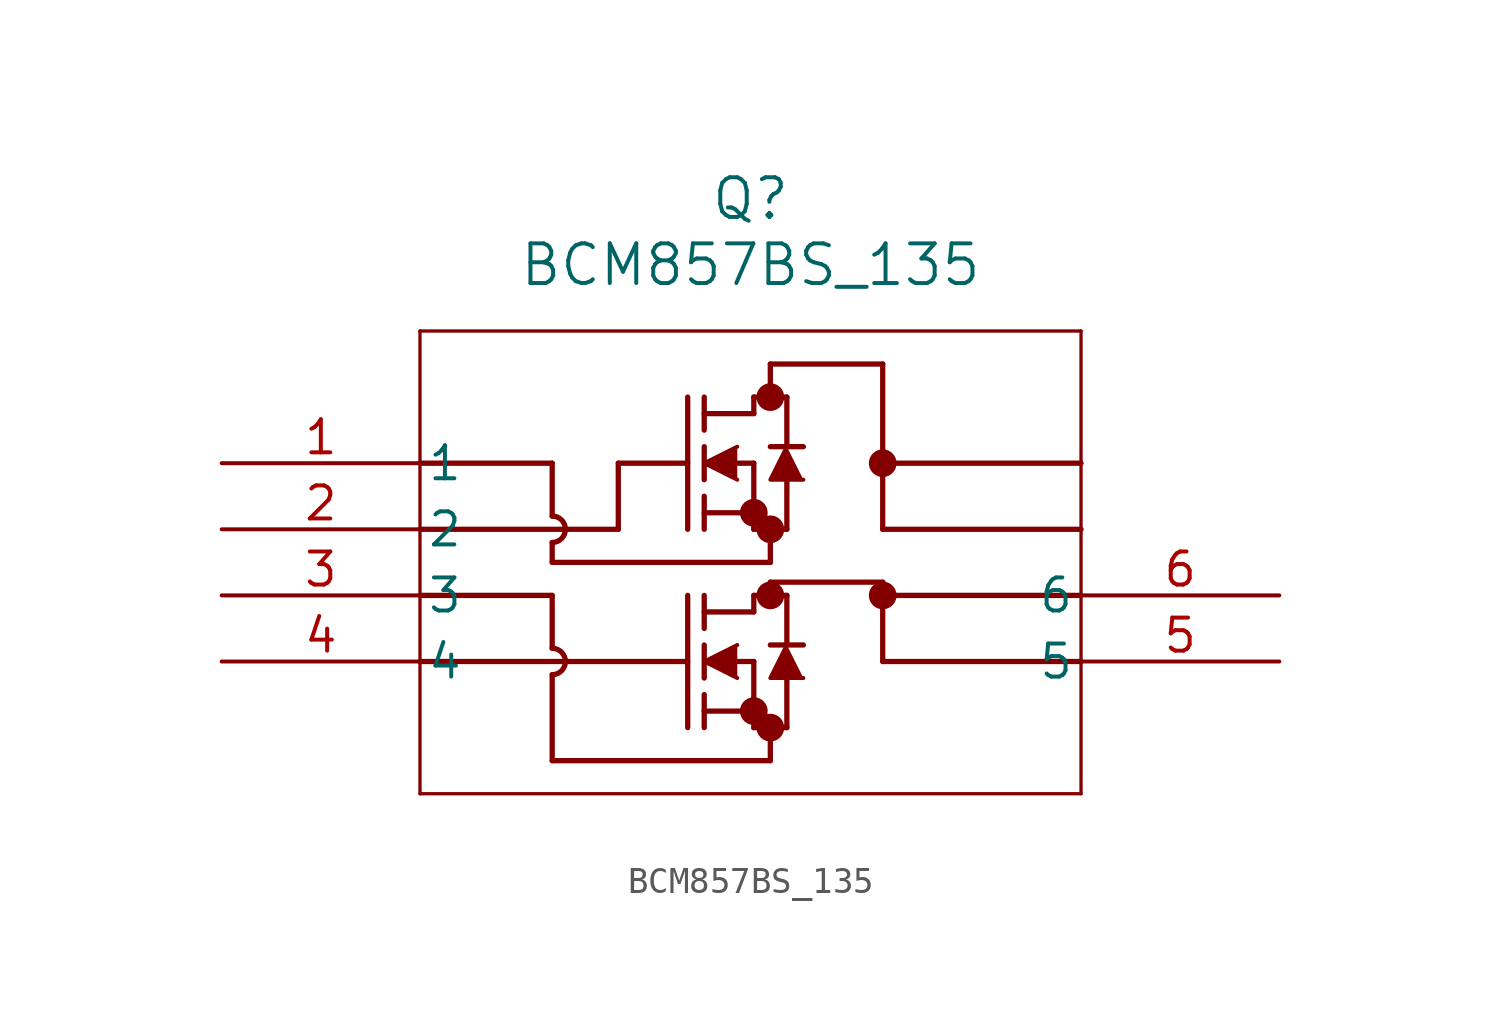
<source format=kicad_sym>
(kicad_symbol_lib
  (version 20211014)
  (generator kicad_symbol_editor)
  (symbol "BCM857BS_135"
    (pin_names
      (offset 0.254))
    (property "Reference" "Q"
      (at 20.32 10.16 0)
      (effects (font (size 1.524 1.524))))
    (property "Value" "BCM857BS_135"
      (at 20.32 7.62 0)
      (effects (font (size 1.524 1.524))))
    (symbol "BCM857BS_135_0_1"
      (polyline (pts (xy 7.62 5.08) (xy 7.62 -12.7)) (stroke (width 0.127) (type default) (color 0 0 0 0)) (fill (type none)))
      (polyline (pts (xy 7.62 -12.7) (xy 33.02 -12.7)) (stroke (width 0.127) (type default) (color 0 0 0 0)) (fill (type none)))
      (polyline (pts (xy 33.02 -12.7) (xy 33.02 5.08)) (stroke (width 0.127) (type default) (color 0 0 0 0)) (fill (type none)))
      (polyline (pts (xy 33.02 5.08) (xy 7.62 5.08)) (stroke (width 0.127) (type default) (color 0 0 0 0)) (fill (type none)))
      (circle (center 21.082 2.54) (radius 0.025) (stroke (width 0.508) (type default) (color 0 0 0 0)) (fill (type none)))
      (circle (center 21.082 -2.54) (radius 0.025) (stroke (width 0.508) (type default) (color 0 0 0 0)) (fill (type none)))
      (circle (center 20.447 -1.905) (radius 0.025) (stroke (width 0.508) (type default) (color 0 0 0 0)) (fill (type none)))
      (circle (center 21.082 -5.08) (radius 0.025) (stroke (width 0.508) (type default) (color 0 0 0 0)) (fill (type none)))
      (polyline (pts (xy 15.24 0) (xy 17.907 0)) (stroke (width 0.203) (type default) (color 0 0 0 0)) (fill (type none)))
      (polyline (pts (xy 17.907 -2.54) (xy 17.907 2.54)) (stroke (width 0.203) (type default) (color 0 0 0 0)) (fill (type none)))
      (polyline (pts (xy 18.542 -0.635) (xy 18.542 0.635)) (stroke (width 0.203) (type default) (color 0 0 0 0)) (fill (type none)))
      (polyline (pts (xy 18.542 -2.54) (xy 18.542 -1.27)) (stroke (width 0.203) (type default) (color 0 0 0 0)) (fill (type none)))
      (polyline (pts (xy 18.542 1.27) (xy 18.542 2.54)) (stroke (width 0.203) (type default) (color 0 0 0 0)) (fill (type none)))
      (polyline (pts (xy 19.812 0) (xy 20.447 0)) (stroke (width 0.203) (type default) (color 0 0 0 0)) (fill (type none)))
      (polyline (pts (xy 18.542 -1.905) (xy 20.447 -1.905)) (stroke (width 0.203) (type default) (color 0 0 0 0)) (fill (type none)))
      (polyline (pts (xy 20.447 -2.54) (xy 20.447 0)) (stroke (width 0.203) (type default) (color 0 0 0 0)) (fill (type none)))
      (polyline (pts (xy 20.447 -2.54) (xy 21.717 -2.54)) (stroke (width 0.203) (type default) (color 0 0 0 0)) (fill (type none)))
      (polyline (pts (xy 18.542 1.905) (xy 20.447 1.905)) (stroke (width 0.203) (type default) (color 0 0 0 0)) (fill (type none)))
      (polyline (pts (xy 21.717 0.635) (xy 21.717 2.54)) (stroke (width 0.203) (type default) (color 0 0 0 0)) (fill (type none)))
      (polyline (pts (xy 21.717 -2.54) (xy 21.717 -0.635)) (stroke (width 0.203) (type default) (color 0 0 0 0)) (fill (type none)))
      (polyline (pts (xy 22.352 0.635) (xy 21.082 0.635)) (stroke (width 0.203) (type default) (color 0 0 0 0)) (fill (type none)))
      (polyline (pts (xy 20.447 2.54) (xy 21.717 2.54)) (stroke (width 0.203) (type default) (color 0 0 0 0)) (fill (type none)))
      (polyline (pts (xy 20.447 1.905) (xy 20.447 2.54)) (stroke (width 0.203) (type default) (color 0 0 0 0)) (fill (type none)))
      (polyline (pts (xy 19.812 0.635) (xy 18.542 0) (xy 19.812 -0.635)) (stroke (width 0) (type default) (color 0 0 0 0)) (fill (type outline)))
      (polyline (pts (xy 22.352 -0.635) (xy 21.082 -0.635) (xy 21.717 0.635)) (stroke (width 0) (type default) (color 0 0 0 0)) (fill (type outline)))
      (circle (center 21.082 -10.16) (radius 0.025) (stroke (width 0.508) (type default) (color 0 0 0 0)) (fill (type none)))
      (circle (center 20.447 -9.525) (radius 0.025) (stroke (width 0.508) (type default) (color 0 0 0 0)) (fill (type none)))
      (polyline (pts (xy 7.62 -7.62) (xy 17.907 -7.62)) (stroke (width 0.203) (type default) (color 0 0 0 0)) (fill (type none)))
      (polyline (pts (xy 17.907 -10.16) (xy 17.907 -5.08)) (stroke (width 0.203) (type default) (color 0 0 0 0)) (fill (type none)))
      (polyline (pts (xy 18.542 -8.255) (xy 18.542 -6.985)) (stroke (width 0.203) (type default) (color 0 0 0 0)) (fill (type none)))
      (polyline (pts (xy 18.542 -10.16) (xy 18.542 -8.89)) (stroke (width 0.203) (type default) (color 0 0 0 0)) (fill (type none)))
      (polyline (pts (xy 18.542 -6.35) (xy 18.542 -5.08)) (stroke (width 0.203) (type default) (color 0 0 0 0)) (fill (type none)))
      (polyline (pts (xy 19.812 -7.62) (xy 20.447 -7.62)) (stroke (width 0.203) (type default) (color 0 0 0 0)) (fill (type none)))
      (polyline (pts (xy 18.542 -9.525) (xy 20.447 -9.525)) (stroke (width 0.203) (type default) (color 0 0 0 0)) (fill (type none)))
      (polyline (pts (xy 20.447 -10.16) (xy 20.447 -7.62)) (stroke (width 0.203) (type default) (color 0 0 0 0)) (fill (type none)))
      (polyline (pts (xy 20.447 -10.16) (xy 21.717 -10.16)) (stroke (width 0.203) (type default) (color 0 0 0 0)) (fill (type none)))
      (polyline (pts (xy 18.542 -5.715) (xy 20.447 -5.715)) (stroke (width 0.203) (type default) (color 0 0 0 0)) (fill (type none)))
      (polyline (pts (xy 21.717 -6.985) (xy 21.717 -5.08)) (stroke (width 0.203) (type default) (color 0 0 0 0)) (fill (type none)))
      (polyline (pts (xy 21.717 -10.16) (xy 21.717 -8.255)) (stroke (width 0.203) (type default) (color 0 0 0 0)) (fill (type none)))
      (polyline (pts (xy 22.352 -6.985) (xy 21.082 -6.985)) (stroke (width 0.203) (type default) (color 0 0 0 0)) (fill (type none)))
      (polyline (pts (xy 20.447 -5.08) (xy 21.717 -5.08)) (stroke (width 0.203) (type default) (color 0 0 0 0)) (fill (type none)))
      (polyline (pts (xy 20.447 -5.715) (xy 20.447 -5.08)) (stroke (width 0.203) (type default) (color 0 0 0 0)) (fill (type none)))
      (polyline (pts (xy 19.812 -6.985) (xy 18.542 -7.62) (xy 19.812 -8.255)) (stroke (width 0) (type default) (color 0 0 0 0)) (fill (type outline)))
      (polyline (pts (xy 22.352 -8.255) (xy 21.082 -8.255) (xy 21.717 -6.985)) (stroke (width 0) (type default) (color 0 0 0 0)) (fill (type outline)))
      (polyline (pts (xy 7.62 -2.54) (xy 15.24 -2.54)) (stroke (width 0.203) (type default) (color 0 0 0 0)) (fill (type none)))
      (polyline (pts (xy 15.24 -2.54) (xy 15.24 0)) (stroke (width 0.203) (type default) (color 0 0 0 0)) (fill (type none)))
      (polyline (pts (xy 12.7 -3.048) (xy 12.7 -3.81)) (stroke (width 0.203) (type default) (color 0 0 0 0)) (fill (type none)))
      (polyline (pts (xy 7.62 0) (xy 12.7 0)) (stroke (width 0.203) (type default) (color 0 0 0 0)) (fill (type none)))
      (polyline (pts (xy 7.62 -5.08) (xy 12.7 -5.08)) (stroke (width 0.203) (type default) (color 0 0 0 0)) (fill (type none)))
      (polyline (pts (xy 21.082 -11.43) (xy 12.7 -11.43)) (stroke (width 0.203) (type default) (color 0 0 0 0)) (fill (type none)))
      (polyline (pts (xy 12.7 -11.43) (xy 12.7 -8.128)) (stroke (width 0.203) (type default) (color 0 0 0 0)) (fill (type none)))
      (polyline (pts (xy 12.7 -5.08) (xy 12.7 -7.112)) (stroke (width 0.203) (type default) (color 0 0 0 0)) (fill (type none)))
      (polyline (pts (xy 12.7 0) (xy 12.7 -2.032)) (stroke (width 0.203) (type default) (color 0 0 0 0)) (fill (type none)))
      (polyline (pts (xy 12.7 -3.81) (xy 21.082 -3.81)) (stroke (width 0.203) (type default) (color 0 0 0 0)) (fill (type none)))
      (arc (start 12.7 -3.048) (mid 13.208 -2.54) (end 12.7 -2.032) (stroke (width 0.2032) (type default) (color 0 0 0 0)) (fill (type none)))
      (arc (start 12.7 -8.128) (mid 13.208 -7.62) (end 12.7 -7.112) (stroke (width 0.2032) (type default) (color 0 0 0 0)) (fill (type none)))
      (polyline (pts (xy 21.082 -3.81) (xy 21.082 -2.54)) (stroke (width 0.203) (type default) (color 0 0 0 0)) (fill (type none)))
      (polyline (pts (xy 21.082 -11.43) (xy 21.082 -10.16)) (stroke (width 0.203) (type default) (color 0 0 0 0)) (fill (type none)))
      (polyline (pts (xy 33.02 0) (xy 25.4 0)) (stroke (width 0.203) (type default) (color 0 0 0 0)) (fill (type none)))
      (polyline (pts (xy 33.02 -2.54) (xy 25.4 -2.54)) (stroke (width 0.203) (type default) (color 0 0 0 0)) (fill (type none)))
      (polyline (pts (xy 25.4 -2.54) (xy 25.4 3.81)) (stroke (width 0.203) (type default) (color 0 0 0 0)) (fill (type none)))
      (polyline (pts (xy 33.02 -5.08) (xy 25.4 -5.08)) (stroke (width 0.203) (type default) (color 0 0 0 0)) (fill (type none)))
      (polyline (pts (xy 33.02 -7.62) (xy 25.4 -7.62)) (stroke (width 0.203) (type default) (color 0 0 0 0)) (fill (type none)))
      (polyline (pts (xy 25.4 -7.62) (xy 25.4 -4.572)) (stroke (width 0.203) (type default) (color 0 0 0 0)) (fill (type none)))
      (polyline (pts (xy 21.082 3.81) (xy 25.4 3.81)) (stroke (width 0.203) (type default) (color 0 0 0 0)) (fill (type none)))
      (polyline (pts (xy 21.082 -4.572) (xy 21.082 -5.08)) (stroke (width 0.203) (type default) (color 0 0 0 0)) (fill (type none)))
      (polyline (pts (xy 21.082 -4.572) (xy 25.4 -4.572)) (stroke (width 0.203) (type default) (color 0 0 0 0)) (fill (type none)))
      (polyline (pts (xy 21.082 3.81) (xy 21.082 2.54)) (stroke (width 0.203) (type default) (color 0 0 0 0)) (fill (type none)))
      (circle (center 25.4 0) (radius 0.025) (stroke (width 0.508) (type default) (color 0 0 0 0)) (fill (type none)))
      (circle (center 25.4 -5.08) (radius 0.025) (stroke (width 0.508) (type default) (color 0 0 0 0)) (fill (type none)))
      (pin unspecified line (at 0 0 0) (length 7.62) (name "1" (effects (font (size 1.27 1.27)))) (number "1" (effects (font (size 1.27 1.27)))))
      (pin unspecified line (at 0 -2.54 0) (length 7.62) (name "2" (effects (font (size 1.27 1.27)))) (number "2" (effects (font (size 1.27 1.27)))))
      (pin unspecified line (at 0 -5.08 0) (length 7.62) (name "3" (effects (font (size 1.27 1.27)))) (number "3" (effects (font (size 1.27 1.27)))))
      (pin unspecified line (at 0 -7.62 0) (length 7.62) (name "4" (effects (font (size 1.27 1.27)))) (number "4" (effects (font (size 1.27 1.27)))))
      (pin unspecified line (at 40.64 -7.62 180) (length 7.62) (name "5" (effects (font (size 1.27 1.27)))) (number "5" (effects (font (size 1.27 1.27)))))
      (pin unspecified line (at 40.64 -5.08 180) (length 7.62) (name "6" (effects (font (size 1.27 1.27)))) (number "6" (effects (font (size 1.27 1.27))))))))
</source>
